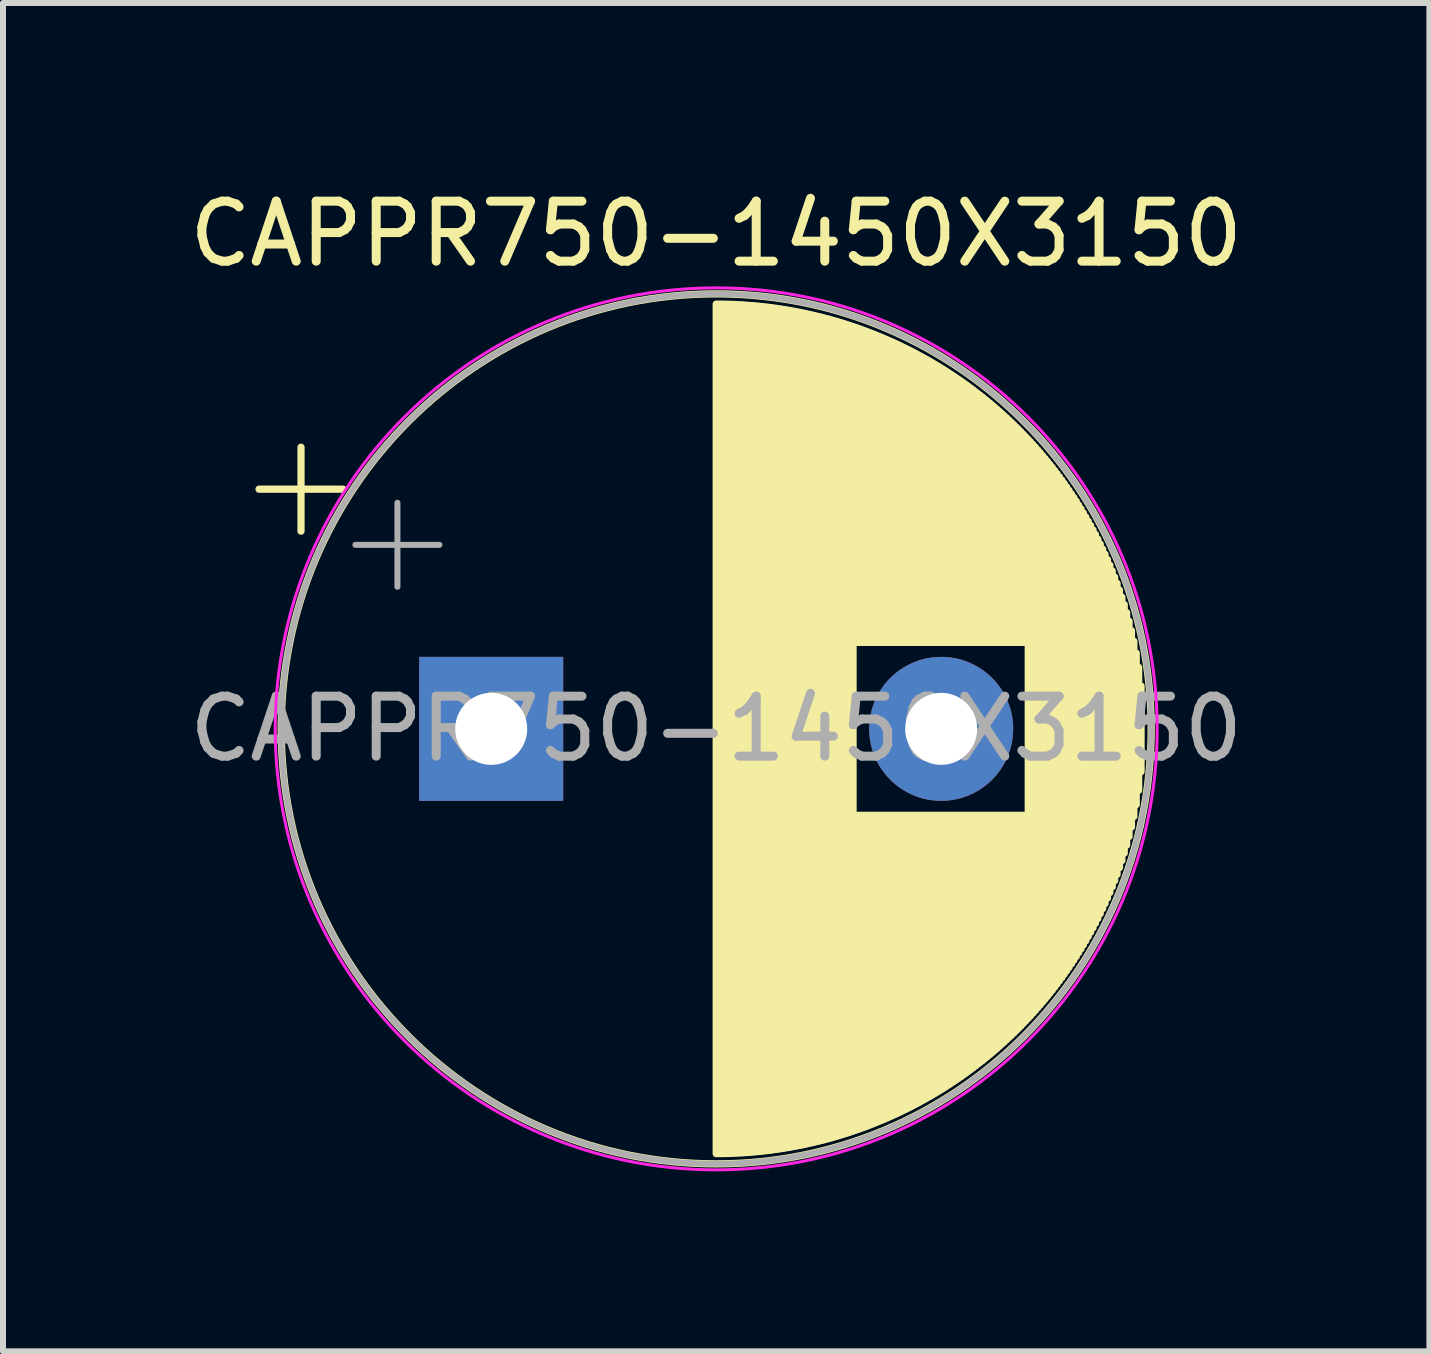
<source format=kicad_pcb>
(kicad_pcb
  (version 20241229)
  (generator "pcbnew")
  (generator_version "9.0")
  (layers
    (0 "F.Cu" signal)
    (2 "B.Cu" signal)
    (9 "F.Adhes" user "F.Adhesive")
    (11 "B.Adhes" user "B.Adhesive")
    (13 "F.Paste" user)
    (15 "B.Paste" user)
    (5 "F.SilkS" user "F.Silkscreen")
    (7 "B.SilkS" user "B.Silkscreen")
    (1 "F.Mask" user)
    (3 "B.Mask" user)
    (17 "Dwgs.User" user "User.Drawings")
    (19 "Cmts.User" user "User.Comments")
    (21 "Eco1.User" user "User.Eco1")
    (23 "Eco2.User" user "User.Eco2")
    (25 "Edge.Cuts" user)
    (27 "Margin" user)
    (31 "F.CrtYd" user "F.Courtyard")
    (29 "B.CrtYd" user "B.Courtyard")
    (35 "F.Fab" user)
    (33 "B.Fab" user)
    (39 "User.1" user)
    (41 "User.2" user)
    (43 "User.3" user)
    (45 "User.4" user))
  (footprint "CAPPR750-1450X3150"
    (layer "F.Cu")
    (at 5.137 9.098)
    (property "Reference" "CAPPR750-1450X3150" (at 3.75 -8.25 0) (layer "F.SilkS") (effects (font (size 1 1) (thickness 0.15))))
    (attr through_hole)
    (fp_line (start -3.87 -3.995) (end -2.47 -3.995) (stroke (width 0.12) (type solid)) (layer "F.SilkS"))
    (fp_line (start -3.17 -4.695) (end -3.17 -3.295) (stroke (width 0.12) (type solid)) (layer "F.SilkS"))
    (fp_line (start 3.75 -7.08) (end 3.75 7.08) (stroke (width 0.12) (type solid)) (layer "F.SilkS"))
    (fp_line (start 3.79 -7.08) (end 3.79 7.08) (stroke (width 0.12) (type solid)) (layer "F.SilkS"))
    (fp_line (start 3.83 -7.08) (end 3.83 7.08) (stroke (width 0.12) (type solid)) (layer "F.SilkS"))
    (fp_line (start 3.87 -7.079) (end 3.87 7.079) (stroke (width 0.12) (type solid)) (layer "F.SilkS"))
    (fp_line (start 3.91 -7.079) (end 3.91 7.079) (stroke (width 0.12) (type solid)) (layer "F.SilkS"))
    (fp_line (start 3.95 -7.078) (end 3.95 7.078) (stroke (width 0.12) (type solid)) (layer "F.SilkS"))
    (fp_line (start 3.99 -7.076) (end 3.99 7.076) (stroke (width 0.12) (type solid)) (layer "F.SilkS"))
    (fp_line (start 4.03 -7.075) (end 4.03 7.075) (stroke (width 0.12) (type solid)) (layer "F.SilkS"))
    (fp_line (start 4.07 -7.073) (end 4.07 7.073) (stroke (width 0.12) (type solid)) (layer "F.SilkS"))
    (fp_line (start 4.11 -7.071) (end 4.11 7.071) (stroke (width 0.12) (type solid)) (layer "F.SilkS"))
    (fp_line (start 4.15 -7.069) (end 4.15 7.069) (stroke (width 0.12) (type solid)) (layer "F.SilkS"))
    (fp_line (start 4.19 -7.067) (end 4.19 7.067) (stroke (width 0.12) (type solid)) (layer "F.SilkS"))
    (fp_line (start 4.23 -7.064) (end 4.23 7.064) (stroke (width 0.12) (type solid)) (layer "F.SilkS"))
    (fp_line (start 4.27 -7.061) (end 4.27 7.061) (stroke (width 0.12) (type solid)) (layer "F.SilkS"))
    (fp_line (start 4.31 -7.058) (end 4.31 7.058) (stroke (width 0.12) (type solid)) (layer "F.SilkS"))
    (fp_line (start 4.35 -7.055) (end 4.35 7.055) (stroke (width 0.12) (type solid)) (layer "F.SilkS"))
    (fp_line (start 4.39 -7.052) (end 4.39 7.052) (stroke (width 0.12) (type solid)) (layer "F.SilkS"))
    (fp_line (start 4.43 -7.048) (end 4.43 7.048) (stroke (width 0.12) (type solid)) (layer "F.SilkS"))
    (fp_line (start 4.471 -7.044) (end 4.471 7.044) (stroke (width 0.12) (type solid)) (layer "F.SilkS"))
    (fp_line (start 4.511 -7.04) (end 4.511 7.04) (stroke (width 0.12) (type solid)) (layer "F.SilkS"))
    (fp_line (start 4.551 -7.035) (end 4.551 7.035) (stroke (width 0.12) (type solid)) (layer "F.SilkS"))
    (fp_line (start 4.591 -7.031) (end 4.591 7.031) (stroke (width 0.12) (type solid)) (layer "F.SilkS"))
    (fp_line (start 4.631 -7.026) (end 4.631 7.026) (stroke (width 0.12) (type solid)) (layer "F.SilkS"))
    (fp_line (start 4.671 -7.021) (end 4.671 7.021) (stroke (width 0.12) (type solid)) (layer "F.SilkS"))
    (fp_line (start 4.711 -7.015) (end 4.711 7.015) (stroke (width 0.12) (type solid)) (layer "F.SilkS"))
    (fp_line (start 4.751 -7.01) (end 4.751 7.01) (stroke (width 0.12) (type solid)) (layer "F.SilkS"))
    (fp_line (start 4.791 -7.004) (end 4.791 7.004) (stroke (width 0.12) (type solid)) (layer "F.SilkS"))
    (fp_line (start 4.831 -6.998) (end 4.831 6.998) (stroke (width 0.12) (type solid)) (layer "F.SilkS"))
    (fp_line (start 4.871 -6.992) (end 4.871 6.992) (stroke (width 0.12) (type solid)) (layer "F.SilkS"))
    (fp_line (start 4.911 -6.985) (end 4.911 6.985) (stroke (width 0.12) (type solid)) (layer "F.SilkS"))
    (fp_line (start 4.951 -6.979) (end 4.951 6.979) (stroke (width 0.12) (type solid)) (layer "F.SilkS"))
    (fp_line (start 4.991 -6.972) (end 4.991 6.972) (stroke (width 0.12) (type solid)) (layer "F.SilkS"))
    (fp_line (start 5.031 -6.964) (end 5.031 6.964) (stroke (width 0.12) (type solid)) (layer "F.SilkS"))
    (fp_line (start 5.071 -6.957) (end 5.071 6.957) (stroke (width 0.12) (type solid)) (layer "F.SilkS"))
    (fp_line (start 5.111 -6.949) (end 5.111 6.949) (stroke (width 0.12) (type solid)) (layer "F.SilkS"))
    (fp_line (start 5.151 -6.942) (end 5.151 6.942) (stroke (width 0.12) (type solid)) (layer "F.SilkS"))
    (fp_line (start 5.191 -6.933) (end 5.191 6.933) (stroke (width 0.12) (type solid)) (layer "F.SilkS"))
    (fp_line (start 5.231 -6.925) (end 5.231 6.925) (stroke (width 0.12) (type solid)) (layer "F.SilkS"))
    (fp_line (start 5.271 -6.916) (end 5.271 6.916) (stroke (width 0.12) (type solid)) (layer "F.SilkS"))
    (fp_line (start 5.311 -6.907) (end 5.311 6.907) (stroke (width 0.12) (type solid)) (layer "F.SilkS"))
    (fp_line (start 5.351 -6.898) (end 5.351 6.898) (stroke (width 0.12) (type solid)) (layer "F.SilkS"))
    (fp_line (start 5.391 -6.889) (end 5.391 6.889) (stroke (width 0.12) (type solid)) (layer "F.SilkS"))
    (fp_line (start 5.431 -6.879) (end 5.431 6.879) (stroke (width 0.12) (type solid)) (layer "F.SilkS"))
    (fp_line (start 5.471 -6.87) (end 5.471 6.87) (stroke (width 0.12) (type solid)) (layer "F.SilkS"))
    (fp_line (start 5.511 -6.86) (end 5.511 6.86) (stroke (width 0.12) (type solid)) (layer "F.SilkS"))
    (fp_line (start 5.551 -6.849) (end 5.551 6.849) (stroke (width 0.12) (type solid)) (layer "F.SilkS"))
    (fp_line (start 5.591 -6.839) (end 5.591 6.839) (stroke (width 0.12) (type solid)) (layer "F.SilkS"))
    (fp_line (start 5.631 -6.828) (end 5.631 6.828) (stroke (width 0.12) (type solid)) (layer "F.SilkS"))
    (fp_line (start 5.671 -6.817) (end 5.671 6.817) (stroke (width 0.12) (type solid)) (layer "F.SilkS"))
    (fp_line (start 5.711 -6.805) (end 5.711 6.805) (stroke (width 0.12) (type solid)) (layer "F.SilkS"))
    (fp_line (start 5.751 -6.794) (end 5.751 6.794) (stroke (width 0.12) (type solid)) (layer "F.SilkS"))
    (fp_line (start 5.791 -6.782) (end 5.791 6.782) (stroke (width 0.12) (type solid)) (layer "F.SilkS"))
    (fp_line (start 5.831 -6.77) (end 5.831 6.77) (stroke (width 0.12) (type solid)) (layer "F.SilkS"))
    (fp_line (start 5.871 -6.758) (end 5.871 6.758) (stroke (width 0.12) (type solid)) (layer "F.SilkS"))
    (fp_line (start 5.911 -6.745) (end 5.911 6.745) (stroke (width 0.12) (type solid)) (layer "F.SilkS"))
    (fp_line (start 5.951 -6.732) (end 5.951 6.732) (stroke (width 0.12) (type solid)) (layer "F.SilkS"))
    (fp_line (start 5.991 -6.719) (end 5.991 6.719) (stroke (width 0.12) (type solid)) (layer "F.SilkS"))
    (fp_line (start 6.031 -6.706) (end 6.031 6.706) (stroke (width 0.12) (type solid)) (layer "F.SilkS"))
    (fp_line (start 6.071 -6.692) (end 6.071 -1.44) (stroke (width 0.12) (type solid)) (layer "F.SilkS"))
    (fp_line (start 6.071 1.44) (end 6.071 6.692) (stroke (width 0.12) (type solid)) (layer "F.SilkS"))
    (fp_line (start 6.111 -6.678) (end 6.111 -1.44) (stroke (width 0.12) (type solid)) (layer "F.SilkS"))
    (fp_line (start 6.111 1.44) (end 6.111 6.678) (stroke (width 0.12) (type solid)) (layer "F.SilkS"))
    (fp_line (start 6.151 -6.664) (end 6.151 -1.44) (stroke (width 0.12) (type solid)) (layer "F.SilkS"))
    (fp_line (start 6.151 1.44) (end 6.151 6.664) (stroke (width 0.12) (type solid)) (layer "F.SilkS"))
    (fp_line (start 6.191 -6.649) (end 6.191 -1.44) (stroke (width 0.12) (type solid)) (layer "F.SilkS"))
    (fp_line (start 6.191 1.44) (end 6.191 6.649) (stroke (width 0.12) (type solid)) (layer "F.SilkS"))
    (fp_line (start 6.231 -6.635) (end 6.231 -1.44) (stroke (width 0.12) (type solid)) (layer "F.SilkS"))
    (fp_line (start 6.231 1.44) (end 6.231 6.635) (stroke (width 0.12) (type solid)) (layer "F.SilkS"))
    (fp_line (start 6.271 -6.62) (end 6.271 -1.44) (stroke (width 0.12) (type solid)) (layer "F.SilkS"))
    (fp_line (start 6.271 1.44) (end 6.271 6.62) (stroke (width 0.12) (type solid)) (layer "F.SilkS"))
    (fp_line (start 6.311 -6.604) (end 6.311 -1.44) (stroke (width 0.12) (type solid)) (layer "F.SilkS"))
    (fp_line (start 6.311 1.44) (end 6.311 6.604) (stroke (width 0.12) (type solid)) (layer "F.SilkS"))
    (fp_line (start 6.351 -6.589) (end 6.351 -1.44) (stroke (width 0.12) (type solid)) (layer "F.SilkS"))
    (fp_line (start 6.351 1.44) (end 6.351 6.589) (stroke (width 0.12) (type solid)) (layer "F.SilkS"))
    (fp_line (start 6.391 -6.573) (end 6.391 -1.44) (stroke (width 0.12) (type solid)) (layer "F.SilkS"))
    (fp_line (start 6.391 1.44) (end 6.391 6.573) (stroke (width 0.12) (type solid)) (layer "F.SilkS"))
    (fp_line (start 6.431 -6.557) (end 6.431 -1.44) (stroke (width 0.12) (type solid)) (layer "F.SilkS"))
    (fp_line (start 6.431 1.44) (end 6.431 6.557) (stroke (width 0.12) (type solid)) (layer "F.SilkS"))
    (fp_line (start 6.471 -6.54) (end 6.471 -1.44) (stroke (width 0.12) (type solid)) (layer "F.SilkS"))
    (fp_line (start 6.471 1.44) (end 6.471 6.54) (stroke (width 0.12) (type solid)) (layer "F.SilkS"))
    (fp_line (start 6.511 -6.524) (end 6.511 -1.44) (stroke (width 0.12) (type solid)) (layer "F.SilkS"))
    (fp_line (start 6.511 1.44) (end 6.511 6.524) (stroke (width 0.12) (type solid)) (layer "F.SilkS"))
    (fp_line (start 6.551 -6.507) (end 6.551 -1.44) (stroke (width 0.12) (type solid)) (layer "F.SilkS"))
    (fp_line (start 6.551 1.44) (end 6.551 6.507) (stroke (width 0.12) (type solid)) (layer "F.SilkS"))
    (fp_line (start 6.591 -6.49) (end 6.591 -1.44) (stroke (width 0.12) (type solid)) (layer "F.SilkS"))
    (fp_line (start 6.591 1.44) (end 6.591 6.49) (stroke (width 0.12) (type solid)) (layer "F.SilkS"))
    (fp_line (start 6.631 -6.472) (end 6.631 -1.44) (stroke (width 0.12) (type solid)) (layer "F.SilkS"))
    (fp_line (start 6.631 1.44) (end 6.631 6.472) (stroke (width 0.12) (type solid)) (layer "F.SilkS"))
    (fp_line (start 6.671 -6.454) (end 6.671 -1.44) (stroke (width 0.12) (type solid)) (layer "F.SilkS"))
    (fp_line (start 6.671 1.44) (end 6.671 6.454) (stroke (width 0.12) (type solid)) (layer "F.SilkS"))
    (fp_line (start 6.711 -6.436) (end 6.711 -1.44) (stroke (width 0.12) (type solid)) (layer "F.SilkS"))
    (fp_line (start 6.711 1.44) (end 6.711 6.436) (stroke (width 0.12) (type solid)) (layer "F.SilkS"))
    (fp_line (start 6.751 -6.418) (end 6.751 -1.44) (stroke (width 0.12) (type solid)) (layer "F.SilkS"))
    (fp_line (start 6.751 1.44) (end 6.751 6.418) (stroke (width 0.12) (type solid)) (layer "F.SilkS"))
    (fp_line (start 6.791 -6.399) (end 6.791 -1.44) (stroke (width 0.12) (type solid)) (layer "F.SilkS"))
    (fp_line (start 6.791 1.44) (end 6.791 6.399) (stroke (width 0.12) (type solid)) (layer "F.SilkS"))
    (fp_line (start 6.831 -6.38) (end 6.831 -1.44) (stroke (width 0.12) (type solid)) (layer "F.SilkS"))
    (fp_line (start 6.831 1.44) (end 6.831 6.38) (stroke (width 0.12) (type solid)) (layer "F.SilkS"))
    (fp_line (start 6.871 -6.36) (end 6.871 -1.44) (stroke (width 0.12) (type solid)) (layer "F.SilkS"))
    (fp_line (start 6.871 1.44) (end 6.871 6.36) (stroke (width 0.12) (type solid)) (layer "F.SilkS"))
    (fp_line (start 6.911 -6.341) (end 6.911 -1.44) (stroke (width 0.12) (type solid)) (layer "F.SilkS"))
    (fp_line (start 6.911 1.44) (end 6.911 6.341) (stroke (width 0.12) (type solid)) (layer "F.SilkS"))
    (fp_line (start 6.951 -6.321) (end 6.951 -1.44) (stroke (width 0.12) (type solid)) (layer "F.SilkS"))
    (fp_line (start 6.951 1.44) (end 6.951 6.321) (stroke (width 0.12) (type solid)) (layer "F.SilkS"))
    (fp_line (start 6.991 -6.301) (end 6.991 -1.44) (stroke (width 0.12) (type solid)) (layer "F.SilkS"))
    (fp_line (start 6.991 1.44) (end 6.991 6.301) (stroke (width 0.12) (type solid)) (layer "F.SilkS"))
    (fp_line (start 7.031 -6.28) (end 7.031 -1.44) (stroke (width 0.12) (type solid)) (layer "F.SilkS"))
    (fp_line (start 7.031 1.44) (end 7.031 6.28) (stroke (width 0.12) (type solid)) (layer "F.SilkS"))
    (fp_line (start 7.071 -6.259) (end 7.071 -1.44) (stroke (width 0.12) (type solid)) (layer "F.SilkS"))
    (fp_line (start 7.071 1.44) (end 7.071 6.259) (stroke (width 0.12) (type solid)) (layer "F.SilkS"))
    (fp_line (start 7.111 -6.238) (end 7.111 -1.44) (stroke (width 0.12) (type solid)) (layer "F.SilkS"))
    (fp_line (start 7.111 1.44) (end 7.111 6.238) (stroke (width 0.12) (type solid)) (layer "F.SilkS"))
    (fp_line (start 7.151 -6.216) (end 7.151 -1.44) (stroke (width 0.12) (type solid)) (layer "F.SilkS"))
    (fp_line (start 7.151 1.44) (end 7.151 6.216) (stroke (width 0.12) (type solid)) (layer "F.SilkS"))
    (fp_line (start 7.191 -6.194) (end 7.191 -1.44) (stroke (width 0.12) (type solid)) (layer "F.SilkS"))
    (fp_line (start 7.191 1.44) (end 7.191 6.194) (stroke (width 0.12) (type solid)) (layer "F.SilkS"))
    (fp_line (start 7.231 -6.172) (end 7.231 -1.44) (stroke (width 0.12) (type solid)) (layer "F.SilkS"))
    (fp_line (start 7.231 1.44) (end 7.231 6.172) (stroke (width 0.12) (type solid)) (layer "F.SilkS"))
    (fp_line (start 7.271 -6.15) (end 7.271 -1.44) (stroke (width 0.12) (type solid)) (layer "F.SilkS"))
    (fp_line (start 7.271 1.44) (end 7.271 6.15) (stroke (width 0.12) (type solid)) (layer "F.SilkS"))
    (fp_line (start 7.311 -6.127) (end 7.311 -1.44) (stroke (width 0.12) (type solid)) (layer "F.SilkS"))
    (fp_line (start 7.311 1.44) (end 7.311 6.127) (stroke (width 0.12) (type solid)) (layer "F.SilkS"))
    (fp_line (start 7.351 -6.103) (end 7.351 -1.44) (stroke (width 0.12) (type solid)) (layer "F.SilkS"))
    (fp_line (start 7.351 1.44) (end 7.351 6.103) (stroke (width 0.12) (type solid)) (layer "F.SilkS"))
    (fp_line (start 7.391 -6.08) (end 7.391 -1.44) (stroke (width 0.12) (type solid)) (layer "F.SilkS"))
    (fp_line (start 7.391 1.44) (end 7.391 6.08) (stroke (width 0.12) (type solid)) (layer "F.SilkS"))
    (fp_line (start 7.431 -6.056) (end 7.431 -1.44) (stroke (width 0.12) (type solid)) (layer "F.SilkS"))
    (fp_line (start 7.431 1.44) (end 7.431 6.056) (stroke (width 0.12) (type solid)) (layer "F.SilkS"))
    (fp_line (start 7.471 -6.031) (end 7.471 -1.44) (stroke (width 0.12) (type solid)) (layer "F.SilkS"))
    (fp_line (start 7.471 1.44) (end 7.471 6.031) (stroke (width 0.12) (type solid)) (layer "F.SilkS"))
    (fp_line (start 7.511 -6.007) (end 7.511 -1.44) (stroke (width 0.12) (type solid)) (layer "F.SilkS"))
    (fp_line (start 7.511 1.44) (end 7.511 6.007) (stroke (width 0.12) (type solid)) (layer "F.SilkS"))
    (fp_line (start 7.551 -5.982) (end 7.551 -1.44) (stroke (width 0.12) (type solid)) (layer "F.SilkS"))
    (fp_line (start 7.551 1.44) (end 7.551 5.982) (stroke (width 0.12) (type solid)) (layer "F.SilkS"))
    (fp_line (start 7.591 -5.956) (end 7.591 -1.44) (stroke (width 0.12) (type solid)) (layer "F.SilkS"))
    (fp_line (start 7.591 1.44) (end 7.591 5.956) (stroke (width 0.12) (type solid)) (layer "F.SilkS"))
    (fp_line (start 7.631 -5.93) (end 7.631 -1.44) (stroke (width 0.12) (type solid)) (layer "F.SilkS"))
    (fp_line (start 7.631 1.44) (end 7.631 5.93) (stroke (width 0.12) (type solid)) (layer "F.SilkS"))
    (fp_line (start 7.671 -5.904) (end 7.671 -1.44) (stroke (width 0.12) (type solid)) (layer "F.SilkS"))
    (fp_line (start 7.671 1.44) (end 7.671 5.904) (stroke (width 0.12) (type solid)) (layer "F.SilkS"))
    (fp_line (start 7.711 -5.878) (end 7.711 -1.44) (stroke (width 0.12) (type solid)) (layer "F.SilkS"))
    (fp_line (start 7.711 1.44) (end 7.711 5.878) (stroke (width 0.12) (type solid)) (layer "F.SilkS"))
    (fp_line (start 7.751 -5.851) (end 7.751 -1.44) (stroke (width 0.12) (type solid)) (layer "F.SilkS"))
    (fp_line (start 7.751 1.44) (end 7.751 5.851) (stroke (width 0.12) (type solid)) (layer "F.SilkS"))
    (fp_line (start 7.791 -5.823) (end 7.791 -1.44) (stroke (width 0.12) (type solid)) (layer "F.SilkS"))
    (fp_line (start 7.791 1.44) (end 7.791 5.823) (stroke (width 0.12) (type solid)) (layer "F.SilkS"))
    (fp_line (start 7.831 -5.796) (end 7.831 -1.44) (stroke (width 0.12) (type solid)) (layer "F.SilkS"))
    (fp_line (start 7.831 1.44) (end 7.831 5.796) (stroke (width 0.12) (type solid)) (layer "F.SilkS"))
    (fp_line (start 7.871 -5.767) (end 7.871 -1.44) (stroke (width 0.12) (type solid)) (layer "F.SilkS"))
    (fp_line (start 7.871 1.44) (end 7.871 5.767) (stroke (width 0.12) (type solid)) (layer "F.SilkS"))
    (fp_line (start 7.911 -5.739) (end 7.911 -1.44) (stroke (width 0.12) (type solid)) (layer "F.SilkS"))
    (fp_line (start 7.911 1.44) (end 7.911 5.739) (stroke (width 0.12) (type solid)) (layer "F.SilkS"))
    (fp_line (start 7.951 -5.71) (end 7.951 -1.44) (stroke (width 0.12) (type solid)) (layer "F.SilkS"))
    (fp_line (start 7.951 1.44) (end 7.951 5.71) (stroke (width 0.12) (type solid)) (layer "F.SilkS"))
    (fp_line (start 7.991 -5.68) (end 7.991 -1.44) (stroke (width 0.12) (type solid)) (layer "F.SilkS"))
    (fp_line (start 7.991 1.44) (end 7.991 5.68) (stroke (width 0.12) (type solid)) (layer "F.SilkS"))
    (fp_line (start 8.031 -5.65) (end 8.031 -1.44) (stroke (width 0.12) (type solid)) (layer "F.SilkS"))
    (fp_line (start 8.031 1.44) (end 8.031 5.65) (stroke (width 0.12) (type solid)) (layer "F.SilkS"))
    (fp_line (start 8.071 -5.62) (end 8.071 -1.44) (stroke (width 0.12) (type solid)) (layer "F.SilkS"))
    (fp_line (start 8.071 1.44) (end 8.071 5.62) (stroke (width 0.12) (type solid)) (layer "F.SilkS"))
    (fp_line (start 8.111 -5.589) (end 8.111 -1.44) (stroke (width 0.12) (type solid)) (layer "F.SilkS"))
    (fp_line (start 8.111 1.44) (end 8.111 5.589) (stroke (width 0.12) (type solid)) (layer "F.SilkS"))
    (fp_line (start 8.151 -5.558) (end 8.151 -1.44) (stroke (width 0.12) (type solid)) (layer "F.SilkS"))
    (fp_line (start 8.151 1.44) (end 8.151 5.558) (stroke (width 0.12) (type solid)) (layer "F.SilkS"))
    (fp_line (start 8.191 -5.527) (end 8.191 -1.44) (stroke (width 0.12) (type solid)) (layer "F.SilkS"))
    (fp_line (start 8.191 1.44) (end 8.191 5.527) (stroke (width 0.12) (type solid)) (layer "F.SilkS"))
    (fp_line (start 8.231 -5.494) (end 8.231 -1.44) (stroke (width 0.12) (type solid)) (layer "F.SilkS"))
    (fp_line (start 8.231 1.44) (end 8.231 5.494) (stroke (width 0.12) (type solid)) (layer "F.SilkS"))
    (fp_line (start 8.271 -5.462) (end 8.271 -1.44) (stroke (width 0.12) (type solid)) (layer "F.SilkS"))
    (fp_line (start 8.271 1.44) (end 8.271 5.462) (stroke (width 0.12) (type solid)) (layer "F.SilkS"))
    (fp_line (start 8.311 -5.429) (end 8.311 -1.44) (stroke (width 0.12) (type solid)) (layer "F.SilkS"))
    (fp_line (start 8.311 1.44) (end 8.311 5.429) (stroke (width 0.12) (type solid)) (layer "F.SilkS"))
    (fp_line (start 8.351 -5.395) (end 8.351 -1.44) (stroke (width 0.12) (type solid)) (layer "F.SilkS"))
    (fp_line (start 8.351 1.44) (end 8.351 5.395) (stroke (width 0.12) (type solid)) (layer "F.SilkS"))
    (fp_line (start 8.391 -5.361) (end 8.391 -1.44) (stroke (width 0.12) (type solid)) (layer "F.SilkS"))
    (fp_line (start 8.391 1.44) (end 8.391 5.361) (stroke (width 0.12) (type solid)) (layer "F.SilkS"))
    (fp_line (start 8.431 -5.326) (end 8.431 -1.44) (stroke (width 0.12) (type solid)) (layer "F.SilkS"))
    (fp_line (start 8.431 1.44) (end 8.431 5.326) (stroke (width 0.12) (type solid)) (layer "F.SilkS"))
    (fp_line (start 8.471 -5.291) (end 8.471 -1.44) (stroke (width 0.12) (type solid)) (layer "F.SilkS"))
    (fp_line (start 8.471 1.44) (end 8.471 5.291) (stroke (width 0.12) (type solid)) (layer "F.SilkS"))
    (fp_line (start 8.511 -5.255) (end 8.511 -1.44) (stroke (width 0.12) (type solid)) (layer "F.SilkS"))
    (fp_line (start 8.511 1.44) (end 8.511 5.255) (stroke (width 0.12) (type solid)) (layer "F.SilkS"))
    (fp_line (start 8.551 -5.219) (end 8.551 -1.44) (stroke (width 0.12) (type solid)) (layer "F.SilkS"))
    (fp_line (start 8.551 1.44) (end 8.551 5.219) (stroke (width 0.12) (type solid)) (layer "F.SilkS"))
    (fp_line (start 8.591 -5.182) (end 8.591 -1.44) (stroke (width 0.12) (type solid)) (layer "F.SilkS"))
    (fp_line (start 8.591 1.44) (end 8.591 5.182) (stroke (width 0.12) (type solid)) (layer "F.SilkS"))
    (fp_line (start 8.631 -5.145) (end 8.631 -1.44) (stroke (width 0.12) (type solid)) (layer "F.SilkS"))
    (fp_line (start 8.631 1.44) (end 8.631 5.145) (stroke (width 0.12) (type solid)) (layer "F.SilkS"))
    (fp_line (start 8.671 -5.107) (end 8.671 -1.44) (stroke (width 0.12) (type solid)) (layer "F.SilkS"))
    (fp_line (start 8.671 1.44) (end 8.671 5.107) (stroke (width 0.12) (type solid)) (layer "F.SilkS"))
    (fp_line (start 8.711 -5.069) (end 8.711 -1.44) (stroke (width 0.12) (type solid)) (layer "F.SilkS"))
    (fp_line (start 8.711 1.44) (end 8.711 5.069) (stroke (width 0.12) (type solid)) (layer "F.SilkS"))
    (fp_line (start 8.751 -5.029) (end 8.751 -1.44) (stroke (width 0.12) (type solid)) (layer "F.SilkS"))
    (fp_line (start 8.751 1.44) (end 8.751 5.029) (stroke (width 0.12) (type solid)) (layer "F.SilkS"))
    (fp_line (start 8.791 -4.99) (end 8.791 -1.44) (stroke (width 0.12) (type solid)) (layer "F.SilkS"))
    (fp_line (start 8.791 1.44) (end 8.791 4.99) (stroke (width 0.12) (type solid)) (layer "F.SilkS"))
    (fp_line (start 8.831 -4.949) (end 8.831 -1.44) (stroke (width 0.12) (type solid)) (layer "F.SilkS"))
    (fp_line (start 8.831 1.44) (end 8.831 4.949) (stroke (width 0.12) (type solid)) (layer "F.SilkS"))
    (fp_line (start 8.871 -4.908) (end 8.871 -1.44) (stroke (width 0.12) (type solid)) (layer "F.SilkS"))
    (fp_line (start 8.871 1.44) (end 8.871 4.908) (stroke (width 0.12) (type solid)) (layer "F.SilkS"))
    (fp_line (start 8.911 -4.866) (end 8.911 -1.44) (stroke (width 0.12) (type solid)) (layer "F.SilkS"))
    (fp_line (start 8.911 1.44) (end 8.911 4.866) (stroke (width 0.12) (type solid)) (layer "F.SilkS"))
    (fp_line (start 8.951 -4.824) (end 8.951 4.824) (stroke (width 0.12) (type solid)) (layer "F.SilkS"))
    (fp_line (start 8.991 -4.781) (end 8.991 4.781) (stroke (width 0.12) (type solid)) (layer "F.SilkS"))
    (fp_line (start 9.031 -4.737) (end 9.031 4.737) (stroke (width 0.12) (type solid)) (layer "F.SilkS"))
    (fp_line (start 9.071 -4.693) (end 9.071 4.693) (stroke (width 0.12) (type solid)) (layer "F.SilkS"))
    (fp_line (start 9.111 -4.647) (end 9.111 4.647) (stroke (width 0.12) (type solid)) (layer "F.SilkS"))
    (fp_line (start 9.151 -4.601) (end 9.151 4.601) (stroke (width 0.12) (type solid)) (layer "F.SilkS"))
    (fp_line (start 9.191 -4.554) (end 9.191 4.554) (stroke (width 0.12) (type solid)) (layer "F.SilkS"))
    (fp_line (start 9.231 -4.506) (end 9.231 4.506) (stroke (width 0.12) (type solid)) (layer "F.SilkS"))
    (fp_line (start 9.271 -4.458) (end 9.271 4.458) (stroke (width 0.12) (type solid)) (layer "F.SilkS"))
    (fp_line (start 9.311 -4.408) (end 9.311 4.408) (stroke (width 0.12) (type solid)) (layer "F.SilkS"))
    (fp_line (start 9.351 -4.358) (end 9.351 4.358) (stroke (width 0.12) (type solid)) (layer "F.SilkS"))
    (fp_line (start 9.391 -4.306) (end 9.391 4.306) (stroke (width 0.12) (type solid)) (layer "F.SilkS"))
    (fp_line (start 9.431 -4.254) (end 9.431 4.254) (stroke (width 0.12) (type solid)) (layer "F.SilkS"))
    (fp_line (start 9.471 -4.2) (end 9.471 4.2) (stroke (width 0.12) (type solid)) (layer "F.SilkS"))
    (fp_line (start 9.511 -4.146) (end 9.511 4.146) (stroke (width 0.12) (type solid)) (layer "F.SilkS"))
    (fp_line (start 9.551 -4.09) (end 9.551 4.09) (stroke (width 0.12) (type solid)) (layer "F.SilkS"))
    (fp_line (start 9.591 -4.033) (end 9.591 4.033) (stroke (width 0.12) (type solid)) (layer "F.SilkS"))
    (fp_line (start 9.631 -3.975) (end 9.631 3.975) (stroke (width 0.12) (type solid)) (layer "F.SilkS"))
    (fp_line (start 9.671 -3.916) (end 9.671 3.916) (stroke (width 0.12) (type solid)) (layer "F.SilkS"))
    (fp_line (start 9.711 -3.856) (end 9.711 3.856) (stroke (width 0.12) (type solid)) (layer "F.SilkS"))
    (fp_line (start 9.751 -3.794) (end 9.751 3.794) (stroke (width 0.12) (type solid)) (layer "F.SilkS"))
    (fp_line (start 9.791 -3.73) (end 9.791 3.73) (stroke (width 0.12) (type solid)) (layer "F.SilkS"))
    (fp_line (start 9.831 -3.666) (end 9.831 3.666) (stroke (width 0.12) (type solid)) (layer "F.SilkS"))
    (fp_line (start 9.871 -3.599) (end 9.871 3.599) (stroke (width 0.12) (type solid)) (layer "F.SilkS"))
    (fp_line (start 9.911 -3.531) (end 9.911 3.531) (stroke (width 0.12) (type solid)) (layer "F.SilkS"))
    (fp_line (start 9.951 -3.461) (end 9.951 3.461) (stroke (width 0.12) (type solid)) (layer "F.SilkS"))
    (fp_line (start 9.991 -3.389) (end 9.991 3.389) (stroke (width 0.12) (type solid)) (layer "F.SilkS"))
    (fp_line (start 10.031 -3.315) (end 10.031 3.315) (stroke (width 0.12) (type solid)) (layer "F.SilkS"))
    (fp_line (start 10.071 -3.24) (end 10.071 3.24) (stroke (width 0.12) (type solid)) (layer "F.SilkS"))
    (fp_line (start 10.111 -3.161) (end 10.111 3.161) (stroke (width 0.12) (type solid)) (layer "F.SilkS"))
    (fp_line (start 10.151 -3.08) (end 10.151 3.08) (stroke (width 0.12) (type solid)) (layer "F.SilkS"))
    (fp_line (start 10.191 -2.997) (end 10.191 2.997) (stroke (width 0.12) (type solid)) (layer "F.SilkS"))
    (fp_line (start 10.231 -2.911) (end 10.231 2.911) (stroke (width 0.12) (type solid)) (layer "F.SilkS"))
    (fp_line (start 10.271 -2.821) (end 10.271 2.821) (stroke (width 0.12) (type solid)) (layer "F.SilkS"))
    (fp_line (start 10.311 -2.728) (end 10.311 2.728) (stroke (width 0.12) (type solid)) (layer "F.SilkS"))
    (fp_line (start 10.351 -2.632) (end 10.351 2.632) (stroke (width 0.12) (type solid)) (layer "F.SilkS"))
    (fp_line (start 10.391 -2.53) (end 10.391 2.53) (stroke (width 0.12) (type solid)) (layer "F.SilkS"))
    (fp_line (start 10.431 -2.425) (end 10.431 2.425) (stroke (width 0.12) (type solid)) (layer "F.SilkS"))
    (fp_line (start 10.471 -2.313) (end 10.471 2.313) (stroke (width 0.12) (type solid)) (layer "F.SilkS"))
    (fp_line (start 10.511 -2.196) (end 10.511 2.196) (stroke (width 0.12) (type solid)) (layer "F.SilkS"))
    (fp_line (start 10.551 -2.071) (end 10.551 2.071) (stroke (width 0.12) (type solid)) (layer "F.SilkS"))
    (fp_line (start 10.591 -1.938) (end 10.591 1.938) (stroke (width 0.12) (type solid)) (layer "F.SilkS"))
    (fp_line (start 10.631 -1.794) (end 10.631 1.794) (stroke (width 0.12) (type solid)) (layer "F.SilkS"))
    (fp_line (start 10.671 -1.636) (end 10.671 1.636) (stroke (width 0.12) (type solid)) (layer "F.SilkS"))
    (fp_line (start 10.711 -1.461) (end 10.711 1.461) (stroke (width 0.12) (type solid)) (layer "F.SilkS"))
    (fp_line (start 10.751 -1.262) (end 10.751 1.262) (stroke (width 0.12) (type solid)) (layer "F.SilkS"))
    (fp_line (start 10.791 -1.025) (end 10.791 1.025) (stroke (width 0.12) (type solid)) (layer "F.SilkS"))
    (fp_line (start 10.831 -0.714) (end 10.831 0.714) (stroke (width 0.12) (type solid)) (layer "F.SilkS"))
    (fp_circle (center 3.75 0) (end 11 0) (stroke (width 0.12) (type solid)) (fill no) (layer "F.SilkS"))
    (fp_circle (center 3.75 0) (end 11.1 0) (stroke (width 0.05) (type solid)) (fill no) (layer "F.CrtYd"))
    (fp_line (start -2.263 -3.067) (end -0.863 -3.067) (stroke (width 0.1) (type solid)) (layer "F.Fab"))
    (fp_line (start -1.563 -3.768) (end -1.563 -2.368) (stroke (width 0.1) (type solid)) (layer "F.Fab"))
    (fp_circle (center 3.75 0) (end 11 0) (stroke (width 0.1) (type solid)) (fill no) (layer "F.Fab"))
    (fp_text user "${REFERENCE}" (at 3.75 0 0) (layer "F.Fab") (effects (font (size 1 1) (thickness 0.15))))
    (pad "1" thru_hole rect (at 0 0) (size 2.4 2.4) (drill 1.2) (layers "*.Cu" "*.Mask"))
    (pad "2" thru_hole circle (at 7.5 0) (size 2.4 2.4) (drill 1.2) (layers "*.Cu" "*.Mask")))
  (gr_rect
    (start -3 -3)
    (end 20.774 19.473)
    (stroke (width 0.1) (type default))
    (fill no)
    (layer "Edge.Cuts")))
</source>
